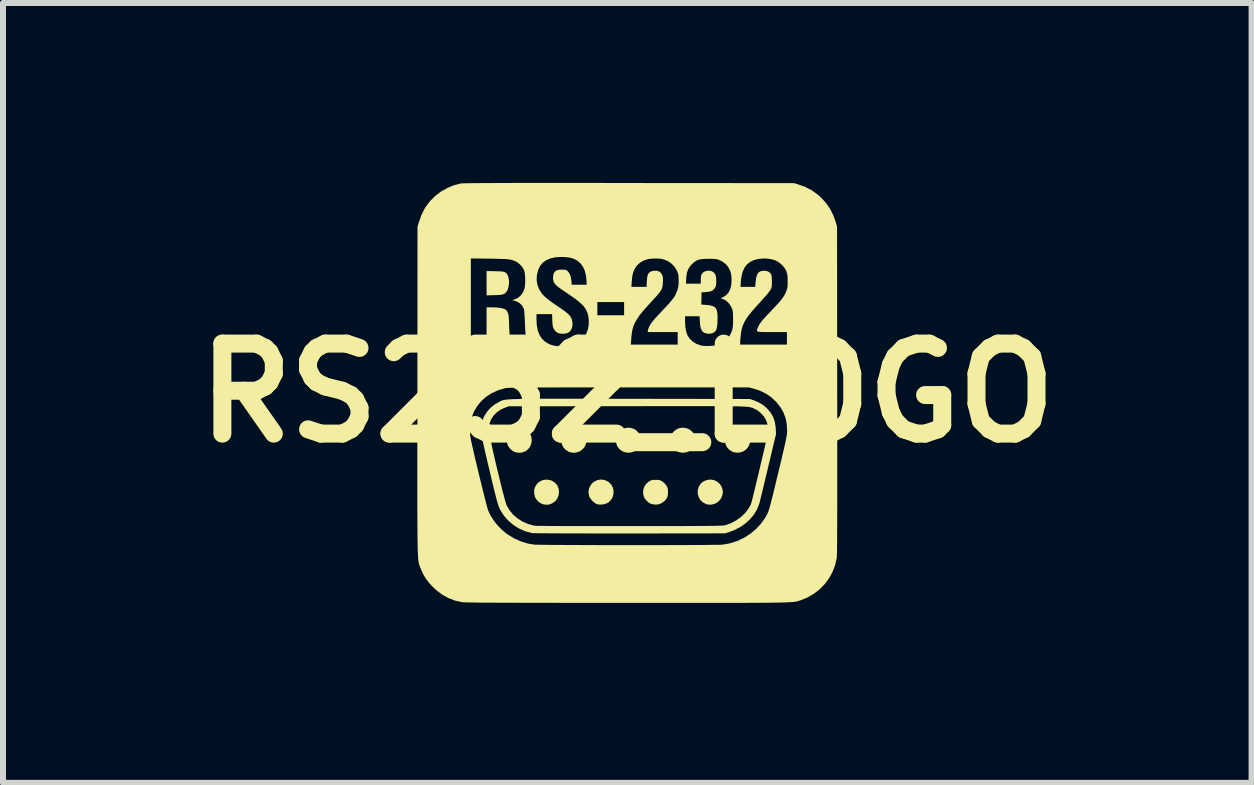
<source format=kicad_pcb>
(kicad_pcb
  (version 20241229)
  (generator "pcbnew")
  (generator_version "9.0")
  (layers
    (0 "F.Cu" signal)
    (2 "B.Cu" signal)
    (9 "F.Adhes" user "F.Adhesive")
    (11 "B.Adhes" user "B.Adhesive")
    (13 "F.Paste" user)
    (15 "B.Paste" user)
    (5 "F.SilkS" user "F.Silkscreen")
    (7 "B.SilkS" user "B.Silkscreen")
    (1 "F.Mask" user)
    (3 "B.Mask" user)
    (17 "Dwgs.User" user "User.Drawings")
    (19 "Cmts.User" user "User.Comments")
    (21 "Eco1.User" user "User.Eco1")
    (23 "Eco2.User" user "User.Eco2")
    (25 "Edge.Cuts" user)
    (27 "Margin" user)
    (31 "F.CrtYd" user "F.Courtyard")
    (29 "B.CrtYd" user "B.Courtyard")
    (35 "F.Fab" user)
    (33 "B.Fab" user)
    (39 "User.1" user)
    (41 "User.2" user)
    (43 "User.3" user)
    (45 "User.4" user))
  (footprint "RS232_LOGO"
    (layer "F.Cu")
    (at 7.407 3.5)
    (property "Reference" "RS232_LOGO" (at 0 0 0) (layer "F.SilkS") (effects (font (size 1.5 1.5) (thickness 0.3))))
    (attr board_only exclude_from_pos_files exclude_from_bom)
    (fp_poly (pts (xy -2.202 -2.029) (xy -2.141 -2.027) (xy -2.096 -2.025) (xy -2.062 -2.02) (xy -2.038 -2.011) (xy -2.02 -1.999) (xy -2.006 -1.982) (xy -1.993 -1.959) (xy -1.992 -1.957) (xy -1.977 -1.912) (xy -1.971 -1.859) (xy -1.974 -1.803) (xy -1.984 -1.749) (xy -2.002 -1.704) (xy -2.014 -1.686) (xy -2.031 -1.667) (xy -2.049 -1.653) (xy -2.073 -1.643) (xy -2.105 -1.637) (xy -2.147 -1.632) (xy -2.203 -1.63) (xy -2.217 -1.63) (xy -2.346 -1.626) (xy -2.346 -1.829) (xy -2.346 -2.032)) (stroke (width 0) (type solid)) (fill yes) (layer "F.SilkS"))
    (fp_poly (pts (xy -1.277 1.456) (xy -1.256 1.465) (xy -1.205 1.497) (xy -1.168 1.54) (xy -1.145 1.592) (xy -1.138 1.652) (xy -1.146 1.71) (xy -1.168 1.762) (xy -1.201 1.805) (xy -1.244 1.837) (xy -1.294 1.858) (xy -1.348 1.865) (xy -1.405 1.856) (xy -1.417 1.852) (xy -1.468 1.825) (xy -1.508 1.786) (xy -1.537 1.738) (xy -1.552 1.683) (xy -1.553 1.625) (xy -1.546 1.591) (xy -1.522 1.539) (xy -1.487 1.497) (xy -1.441 1.466) (xy -1.39 1.449) (xy -1.334 1.445)) (stroke (width 0) (type solid)) (fill yes) (layer "F.SilkS"))
    (fp_poly (pts (xy -1.744 0.586) (xy -1.7 0.603) (xy -1.653 0.636) (xy -1.619 0.68) (xy -1.599 0.734) (xy -1.593 0.789) (xy -1.601 0.848) (xy -1.623 0.9) (xy -1.657 0.942) (xy -1.7 0.974) (xy -1.751 0.993) (xy -1.807 0.998) (xy -1.866 0.988) (xy -1.876 0.985) (xy -1.916 0.963) (xy -1.954 0.929) (xy -1.985 0.887) (xy -1.989 0.88) (xy -2.004 0.837) (xy -2.009 0.787) (xy -2.004 0.737) (xy -1.989 0.695) (xy -1.955 0.647) (xy -1.91 0.611) (xy -1.858 0.588) (xy -1.801 0.579)) (stroke (width 0) (type solid)) (fill yes) (layer "F.SilkS"))
    (fp_poly (pts (xy -0.831 0.588) (xy -0.785 0.608) (xy -0.745 0.639) (xy -0.713 0.678) (xy -0.692 0.726) (xy -0.682 0.779) (xy -0.687 0.837) (xy -0.691 0.853) (xy -0.713 0.901) (xy -0.748 0.942) (xy -0.793 0.973) (xy -0.844 0.992) (xy -0.898 0.998) (xy -0.952 0.99) (xy -0.976 0.981) (xy -1.028 0.949) (xy -1.067 0.905) (xy -1.092 0.852) (xy -1.1 0.81) (xy -1.099 0.75) (xy -1.081 0.697) (xy -1.046 0.649) (xy -1.033 0.636) (xy -0.984 0.602) (xy -0.932 0.584) (xy -0.881 0.579)) (stroke (width 0) (type solid)) (fill yes) (layer "F.SilkS"))
    (fp_poly (pts (xy 0.042 0.58) (xy 0.097 0.594) (xy 0.144 0.619) (xy 0.18 0.655) (xy 0.207 0.698) (xy 0.222 0.746) (xy 0.227 0.796) (xy 0.22 0.846) (xy 0.202 0.893) (xy 0.17 0.935) (xy 0.126 0.968) (xy 0.11 0.977) (xy 0.051 0.995) (xy -0.008 0.996) (xy -0.067 0.98) (xy -0.078 0.975) (xy -0.127 0.941) (xy -0.163 0.897) (xy -0.184 0.844) (xy -0.191 0.784) (xy -0.19 0.765) (xy -0.176 0.707) (xy -0.148 0.659) (xy -0.108 0.62) (xy -0.059 0.593) (xy -0.003 0.58)) (stroke (width 0) (type solid)) (fill yes) (layer "F.SilkS"))
    (fp_poly (pts (xy -0.391 1.449) (xy -0.352 1.462) (xy -0.303 1.491) (xy -0.266 1.531) (xy -0.241 1.578) (xy -0.229 1.629) (xy -0.23 1.682) (xy -0.243 1.733) (xy -0.269 1.78) (xy -0.308 1.82) (xy -0.326 1.832) (xy -0.37 1.851) (xy -0.422 1.861) (xy -0.474 1.861) (xy -0.508 1.853) (xy -0.54 1.836) (xy -0.575 1.807) (xy -0.606 1.772) (xy -0.63 1.735) (xy -0.638 1.713) (xy -0.647 1.655) (xy -0.64 1.6) (xy -0.619 1.551) (xy -0.588 1.508) (xy -0.547 1.476) (xy -0.499 1.453) (xy -0.447 1.444)) (stroke (width 0) (type solid)) (fill yes) (layer "F.SilkS"))
    (fp_poly (pts (xy 1.455 1.457) (xy 1.503 1.482) (xy 1.543 1.518) (xy 1.572 1.563) (xy 1.589 1.616) (xy 1.593 1.65) (xy 1.585 1.707) (xy 1.563 1.758) (xy 1.53 1.801) (xy 1.487 1.834) (xy 1.437 1.855) (xy 1.382 1.864) (xy 1.326 1.857) (xy 1.311 1.852) (xy 1.26 1.825) (xy 1.219 1.786) (xy 1.191 1.739) (xy 1.175 1.686) (xy 1.174 1.629) (xy 1.188 1.574) (xy 1.191 1.567) (xy 1.215 1.524) (xy 1.244 1.493) (xy 1.284 1.468) (xy 1.291 1.465) (xy 1.347 1.447) (xy 1.402 1.445)) (stroke (width 0) (type solid)) (fill yes) (layer "F.SilkS"))
    (fp_poly (pts (xy 1.917 0.595) (xy 1.964 0.625) (xy 1.983 0.643) (xy 2.02 0.688) (xy 2.041 0.734) (xy 2.048 0.787) (xy 2.048 0.793) (xy 2.039 0.85) (xy 2.016 0.9) (xy 1.982 0.941) (xy 1.939 0.972) (xy 1.889 0.991) (xy 1.834 0.997) (xy 1.778 0.989) (xy 1.746 0.977) (xy 1.698 0.946) (xy 1.663 0.907) (xy 1.64 0.861) (xy 1.63 0.812) (xy 1.631 0.761) (xy 1.643 0.712) (xy 1.666 0.667) (xy 1.699 0.629) (xy 1.743 0.6) (xy 1.796 0.583) (xy 1.81 0.581) (xy 1.867 0.58)) (stroke (width 0) (type solid)) (fill yes) (layer "F.SilkS"))
    (fp_poly (pts (xy 0.968 0.583) (xy 1.022 0.601) (xy 1.068 0.632) (xy 1.071 0.636) (xy 1.102 0.669) (xy 1.121 0.702) (xy 1.13 0.739) (xy 1.133 0.787) (xy 1.133 0.788) (xy 1.133 0.825) (xy 1.129 0.851) (xy 1.121 0.873) (xy 1.107 0.898) (xy 1.069 0.943) (xy 1.023 0.975) (xy 0.969 0.994) (xy 0.913 0.997) (xy 0.857 0.986) (xy 0.833 0.976) (xy 0.785 0.943) (xy 0.75 0.901) (xy 0.728 0.853) (xy 0.718 0.802) (xy 0.721 0.75) (xy 0.736 0.7) (xy 0.764 0.655) (xy 0.803 0.618) (xy 0.854 0.591) (xy 0.857 0.59) (xy 0.912 0.579)) (stroke (width 0) (type solid)) (fill yes) (layer "F.SilkS"))
    (fp_poly (pts (xy 0.509 1.449) (xy 0.536 1.453) (xy 0.558 1.461) (xy 0.582 1.475) (xy 0.583 1.475) (xy 0.624 1.509) (xy 0.652 1.544) (xy 0.666 1.569) (xy 0.674 1.591) (xy 0.677 1.617) (xy 0.678 1.654) (xy 0.675 1.702) (xy 0.666 1.74) (xy 0.647 1.772) (xy 0.617 1.806) (xy 0.616 1.806) (xy 0.57 1.839) (xy 0.517 1.858) (xy 0.459 1.862) (xy 0.401 1.851) (xy 0.397 1.85) (xy 0.357 1.829) (xy 0.32 1.796) (xy 0.289 1.756) (xy 0.275 1.728) (xy 0.263 1.673) (xy 0.266 1.617) (xy 0.284 1.563) (xy 0.316 1.515) (xy 0.359 1.477) (xy 0.363 1.475) (xy 0.388 1.461) (xy 0.41 1.453) (xy 0.436 1.449) (xy 0.472 1.449) (xy 0.473 1.449)) (stroke (width 0) (type solid)) (fill yes) (layer "F.SilkS"))
    (fp_poly (pts (xy -1.036 0.097) (xy -0.885 0.097) (xy -0.721 0.097) (xy -0.541 0.097) (xy -0.346 0.098) (xy -0.134 0.098) (xy 0.044 0.098) (xy 2.044 0.101) (xy 2.114 0.125) (xy 2.195 0.16) (xy 2.265 0.203) (xy 2.327 0.256) (xy 2.328 0.257) (xy 2.387 0.325) (xy 2.429 0.396) (xy 2.457 0.473) (xy 2.472 0.56) (xy 2.475 0.595) (xy 2.478 0.687) (xy 2.347 1.243) (xy 2.324 1.34) (xy 2.301 1.433) (xy 2.28 1.521) (xy 2.261 1.602) (xy 2.243 1.674) (xy 2.228 1.736) (xy 2.216 1.786) (xy 2.207 1.822) (xy 2.201 1.844) (xy 2.2 1.847) (xy 2.163 1.941) (xy 2.111 2.028) (xy 2.044 2.108) (xy 1.964 2.18) (xy 1.873 2.242) (xy 1.771 2.292) (xy 1.707 2.316) (xy 1.632 2.341) (xy 0.039 2.343) (xy -0.129 2.343) (xy -0.293 2.343) (xy -0.451 2.343) (xy -0.603 2.343) (xy -0.747 2.342) (xy -0.883 2.342) (xy -1.009 2.342) (xy -1.126 2.341) (xy -1.232 2.341) (xy -1.325 2.34) (xy -1.407 2.34) (xy -1.474 2.339) (xy -1.528 2.338) (xy -1.566 2.337) (xy -1.588 2.337) (xy -1.592 2.336) (xy -1.7 2.307) (xy -1.802 2.262) (xy -1.895 2.204) (xy -1.979 2.134) (xy -2.051 2.054) (xy -2.11 1.964) (xy -2.123 1.939) (xy -2.131 1.922) (xy -2.139 1.904) (xy -2.146 1.885) (xy -2.154 1.861) (xy -2.163 1.833) (xy -2.173 1.798) (xy -2.184 1.756) (xy -2.197 1.705) (xy -2.213 1.643) (xy -2.231 1.569) (xy -2.252 1.483) (xy -2.276 1.382) (xy -2.298 1.287) (xy -2.322 1.188) (xy -2.344 1.092) (xy -2.365 1.002) (xy -2.384 0.919) (xy -2.4 0.845) (xy -2.415 0.78) (xy -2.426 0.727) (xy -2.434 0.687) (xy -2.439 0.662) (xy -2.439 0.656) (xy -2.439 0.609) (xy -2.311 0.609) (xy -2.309 0.631) (xy -2.303 0.667) (xy -2.293 0.717) (xy -2.28 0.779) (xy -2.265 0.85) (xy -2.248 0.93) (xy -2.228 1.015) (xy -2.208 1.105) (xy -2.186 1.198) (xy -2.164 1.292) (xy -2.141 1.384) (xy -2.119 1.474) (xy -2.098 1.56) (xy -2.078 1.639) (xy -2.059 1.71) (xy -2.043 1.771) (xy -2.029 1.821) (xy -2.018 1.857) (xy -2.01 1.877) (xy -1.962 1.958) (xy -1.901 2.031) (xy -1.827 2.094) (xy -1.743 2.146) (xy -1.651 2.186) (xy -1.554 2.212) (xy -1.536 2.214) (xy -1.523 2.215) (xy -1.493 2.216) (xy -1.447 2.216) (xy -1.387 2.217) (xy -1.313 2.218) (xy -1.226 2.218) (xy -1.127 2.219) (xy -1.017 2.219) (xy -0.896 2.219) (xy -0.767 2.22) (xy -0.629 2.22) (xy -0.483 2.22) (xy -0.332 2.22) (xy -0.174 2.22) (xy -0.012 2.22) (xy 0.048 2.22) (xy 0.241 2.22) (xy 0.418 2.22) (xy 0.579 2.219) (xy 0.724 2.219) (xy 0.855 2.219) (xy 0.973 2.219) (xy 1.077 2.218) (xy 1.17 2.218) (xy 1.252 2.217) (xy 1.323 2.217) (xy 1.384 2.216) (xy 1.436 2.216) (xy 1.481 2.215) (xy 1.518 2.214) (xy 1.548 2.213) (xy 1.573 2.212) (xy 1.593 2.211) (xy 1.609 2.209) (xy 1.621 2.208) (xy 1.631 2.206) (xy 1.639 2.204) (xy 1.641 2.203) (xy 1.732 2.17) (xy 1.817 2.124) (xy 1.894 2.069) (xy 1.961 2.006) (xy 2.016 1.936) (xy 2.057 1.863) (xy 2.064 1.844) (xy 2.069 1.829) (xy 2.077 1.799) (xy 2.088 1.755) (xy 2.102 1.699) (xy 2.118 1.633) (xy 2.136 1.559) (xy 2.155 1.478) (xy 2.176 1.393) (xy 2.197 1.305) (xy 2.218 1.215) (xy 2.239 1.126) (xy 2.259 1.04) (xy 2.279 0.957) (xy 2.296 0.881) (xy 2.312 0.812) (xy 2.326 0.752) (xy 2.337 0.704) (xy 2.344 0.668) (xy 2.348 0.647) (xy 2.349 0.645) (xy 2.35 0.6) (xy 2.342 0.547) (xy 2.328 0.492) (xy 2.311 0.448) (xy 2.275 0.39) (xy 2.226 0.336) (xy 2.17 0.291) (xy 2.133 0.271) (xy 2.121 0.265) (xy 2.11 0.26) (xy 2.1 0.255) (xy 2.09 0.25) (xy 2.079 0.246) (xy 2.066 0.243) (xy 2.051 0.239) (xy 2.033 0.236) (xy 2.011 0.233) (xy 1.985 0.231) (xy 1.955 0.229) (xy 1.918 0.227) (xy 1.875 0.225) (xy 1.825 0.224) (xy 1.767 0.223) (xy 1.7 0.222) (xy 1.624 0.221) (xy 1.539 0.221) (xy 1.443 0.22) (xy 1.335 0.22) (xy 1.216 0.22) (xy 1.084 0.22) (xy 0.938 0.22) (xy 0.779 0.22) (xy 0.605 0.22) (xy 0.415 0.22) (xy 0.21 0.221) (xy -0.011 0.221) (xy -1.974 0.223) (xy -2.032 0.243) (xy -2.109 0.277) (xy -2.176 0.324) (xy -2.231 0.38) (xy -2.272 0.445) (xy -2.299 0.518) (xy -2.31 0.595) (xy -2.311 0.609) (xy -2.439 0.609) (xy -2.438 0.566) (xy -2.421 0.478) (xy -2.389 0.394) (xy -2.342 0.318) (xy -2.283 0.25) (xy -2.212 0.193) (xy -2.156 0.16) (xy -2.142 0.153) (xy -2.13 0.146) (xy -2.119 0.14) (xy -2.109 0.135) (xy -2.098 0.13) (xy -2.085 0.125) (xy -2.071 0.121) (xy -2.055 0.118) (xy -2.035 0.114) (xy -2.011 0.111) (xy -1.983 0.109) (xy -1.949 0.106) (xy -1.91 0.104) (xy -1.864 0.103) (xy -1.81 0.101) (xy -1.749 0.1) (xy -1.678 0.099) (xy -1.599 0.098) (xy -1.509 0.098) (xy -1.409 0.097) (xy -1.297 0.097) (xy -1.173 0.097)) (stroke (width 0) (type solid)) (fill yes) (layer "F.SilkS"))
    (fp_poly (pts (xy -1.08 -3.5) (xy -0.861 -3.5) (xy -0.625 -3.5) (xy -0.373 -3.5) (xy -0.104 -3.499) (xy 0.039 -3.499) (xy 2.779 -3.497) (xy 2.849 -3.476) (xy 2.968 -3.433) (xy 3.076 -3.377) (xy 3.176 -3.305) (xy 3.243 -3.244) (xy 3.321 -3.156) (xy 3.385 -3.061) (xy 3.436 -2.957) (xy 3.477 -2.841) (xy 3.477 -2.837) (xy 3.497 -2.77) (xy 3.499 -0.044) (xy 3.5 0.234) (xy 3.5 0.495) (xy 3.5 0.738) (xy 3.5 0.966) (xy 3.5 1.178) (xy 3.5 1.374) (xy 3.5 1.556) (xy 3.5 1.722) (xy 3.5 1.875) (xy 3.499 2.014) (xy 3.499 2.139) (xy 3.499 2.251) (xy 3.498 2.351) (xy 3.498 2.438) (xy 3.497 2.514) (xy 3.496 2.579) (xy 3.496 2.632) (xy 3.495 2.676) (xy 3.494 2.709) (xy 3.493 2.732) (xy 3.492 2.746) (xy 3.492 2.748) (xy 3.465 2.869) (xy 3.422 2.982) (xy 3.365 3.088) (xy 3.294 3.184) (xy 3.21 3.27) (xy 3.115 3.345) (xy 3.01 3.407) (xy 2.895 3.455) (xy 2.887 3.457) (xy 2.875 3.461) (xy 2.863 3.465) (xy 2.852 3.469) (xy 2.841 3.472) (xy 2.829 3.475) (xy 2.816 3.478) (xy 2.8 3.481) (xy 2.782 3.483) (xy 2.76 3.485) (xy 2.735 3.487) (xy 2.705 3.489) (xy 2.67 3.491) (xy 2.63 3.492) (xy 2.583 3.494) (xy 2.53 3.495) (xy 2.469 3.496) (xy 2.401 3.497) (xy 2.323 3.498) (xy 2.237 3.498) (xy 2.141 3.499) (xy 2.034 3.499) (xy 1.917 3.5) (xy 1.788 3.5) (xy 1.646 3.5) (xy 1.492 3.5) (xy 1.325 3.5) (xy 1.144 3.5) (xy 0.949 3.5) (xy 0.738 3.5) (xy 0.511 3.5) (xy 0.269 3.5) (xy 0.009 3.5) (xy -0.009 3.5) (xy -0.273 3.5) (xy -0.521 3.5) (xy -0.752 3.5) (xy -0.968 3.5) (xy -1.168 3.499) (xy -1.353 3.499) (xy -1.524 3.499) (xy -1.681 3.499) (xy -1.825 3.498) (xy -1.956 3.498) (xy -2.075 3.498) (xy -2.182 3.497) (xy -2.279 3.497) (xy -2.364 3.496) (xy -2.44 3.496) (xy -2.506 3.495) (xy -2.563 3.494) (xy -2.612 3.493) (xy -2.653 3.493) (xy -2.687 3.492) (xy -2.713 3.491) (xy -2.734 3.49) (xy -2.748 3.489) (xy -2.757 3.488) (xy -2.875 3.461) (xy -2.986 3.418) (xy -3.09 3.36) (xy -3.188 3.285) (xy -3.238 3.238) (xy -3.305 3.167) (xy -3.358 3.096) (xy -3.402 3.023) (xy -3.438 2.942) (xy -3.445 2.924) (xy -3.45 2.911) (xy -3.455 2.899) (xy -3.46 2.887) (xy -3.464 2.876) (xy -3.468 2.865) (xy -3.472 2.853) (xy -3.475 2.84) (xy -3.478 2.824) (xy -3.481 2.806) (xy -3.484 2.784) (xy -3.486 2.759) (xy -3.488 2.729) (xy -3.49 2.694) (xy -3.492 2.654) (xy -3.494 2.607) (xy -3.495 2.554) (xy -3.496 2.493) (xy -3.497 2.425) (xy -3.498 2.347) (xy -3.498 2.261) (xy -3.499 2.165) (xy -3.499 2.059) (xy -3.5 1.942) (xy -3.5 1.813) (xy -3.5 1.673) (xy -3.5 1.52) (xy -3.5 1.353) (xy -3.5 1.173) (xy -3.5 0.978) (xy -3.5 0.769) (xy -3.499 0.615) (xy -2.624 0.615) (xy -2.623 0.652) (xy -2.622 0.673) (xy -2.62 0.695) (xy -2.617 0.719) (xy -2.612 0.748) (xy -2.606 0.782) (xy -2.598 0.822) (xy -2.587 0.871) (xy -2.574 0.93) (xy -2.558 0.999) (xy -2.539 1.081) (xy -2.516 1.176) (xy -2.49 1.287) (xy -2.482 1.321) (xy -2.458 1.42) (xy -2.434 1.516) (xy -2.412 1.607) (xy -2.391 1.691) (xy -2.372 1.767) (xy -2.355 1.833) (xy -2.34 1.887) (xy -2.329 1.928) (xy -2.321 1.955) (xy -2.319 1.961) (xy -2.28 2.043) (xy -2.227 2.126) (xy -2.163 2.207) (xy -2.091 2.281) (xy -2.014 2.346) (xy -1.981 2.368) (xy -1.878 2.429) (xy -1.768 2.477) (xy -1.656 2.511) (xy -1.558 2.528) (xy -1.54 2.53) (xy -1.506 2.53) (xy -1.456 2.531) (xy -1.393 2.532) (xy -1.316 2.533) (xy -1.228 2.534) (xy -1.129 2.534) (xy -1.02 2.535) (xy -0.902 2.535) (xy -0.777 2.536) (xy -0.646 2.536) (xy -0.51 2.537) (xy -0.369 2.537) (xy -0.226 2.537) (xy -0.081 2.537) (xy 0.065 2.537) (xy 0.21 2.537) (xy 0.354 2.537) (xy 0.496 2.537) (xy 0.633 2.537) (xy 0.766 2.536) (xy 0.893 2.536) (xy 1.013 2.536) (xy 1.124 2.535) (xy 1.226 2.535) (xy 1.318 2.534) (xy 1.398 2.533) (xy 1.466 2.532) (xy 1.519 2.532) (xy 1.558 2.531) (xy 1.581 2.53) (xy 1.584 2.529) (xy 1.63 2.522) (xy 1.68 2.513) (xy 1.724 2.504) (xy 1.725 2.503) (xy 1.839 2.466) (xy 1.948 2.414) (xy 2.05 2.348) (xy 2.143 2.271) (xy 2.225 2.184) (xy 2.294 2.089) (xy 2.342 2) (xy 2.349 1.983) (xy 2.357 1.959) (xy 2.367 1.928) (xy 2.379 1.887) (xy 2.392 1.837) (xy 2.408 1.775) (xy 2.427 1.701) (xy 2.448 1.615) (xy 2.472 1.514) (xy 2.5 1.397) (xy 2.518 1.324) (xy 2.546 1.208) (xy 2.57 1.106) (xy 2.59 1.02) (xy 2.608 0.946) (xy 2.622 0.883) (xy 2.634 0.831) (xy 2.643 0.788) (xy 2.65 0.753) (xy 2.655 0.724) (xy 2.659 0.7) (xy 2.662 0.679) (xy 2.663 0.66) (xy 2.664 0.642) (xy 2.664 0.624) (xy 2.664 0.617) (xy 2.657 0.512) (xy 2.637 0.415) (xy 2.602 0.324) (xy 2.552 0.237) (xy 2.483 0.15) (xy 2.402 0.074) (xy 2.31 0.011) (xy 2.207 -0.039) (xy 2.103 -0.072) (xy 2.026 -0.092) (xy 0.022 -0.092) (xy -0.2 -0.092) (xy -0.404 -0.092) (xy -0.593 -0.092) (xy -0.766 -0.092) (xy -0.924 -0.092) (xy -1.068 -0.092) (xy -1.199 -0.091) (xy -1.317 -0.091) (xy -1.424 -0.091) (xy -1.518 -0.091) (xy -1.603 -0.09) (xy -1.677 -0.09) (xy -1.742 -0.089) (xy -1.798 -0.089) (xy -1.847 -0.088) (xy -1.888 -0.087) (xy -1.923 -0.086) (xy -1.952 -0.085) (xy -1.976 -0.084) (xy -1.996 -0.083) (xy -2.012 -0.082) (xy -2.024 -0.081) (xy -2.035 -0.079) (xy -2.043 -0.077) (xy -2.048 -0.076) (xy -2.16 -0.042) (xy -2.263 0.006) (xy -2.354 0.065) (xy -2.433 0.135) (xy -2.5 0.216) (xy -2.553 0.305) (xy -2.592 0.401) (xy -2.616 0.505) (xy -2.624 0.615) (xy -3.499 0.615) (xy -3.499 0.544) (xy -3.499 0.302) (xy -3.499 0.044) (xy -3.499 -0.039) (xy -3.498 -1.524) (xy -2.608 -1.524) (xy -2.608 -0.805) (xy -2.477 -0.805) (xy -2.346 -0.805) (xy -2.346 -1.116) (xy -2.346 -1.427) (xy -2.26 -1.427) (xy -2.192 -1.425) (xy -2.131 -1.419) (xy -2.08 -1.409) (xy -2.042 -1.397) (xy -2.037 -1.395) (xy -2.014 -1.375) (xy -1.993 -1.341) (xy -1.993 -1.341) (xy -1.987 -1.325) (xy -1.983 -1.308) (xy -1.979 -1.287) (xy -1.976 -1.258) (xy -1.973 -1.22) (xy -1.971 -1.17) (xy -1.969 -1.105) (xy -1.969 -1.098) (xy -1.966 -1.038) (xy -1.963 -0.98) (xy -1.96 -0.929) (xy -1.957 -0.887) (xy -1.953 -0.859) (xy -1.952 -0.851) (xy -1.942 -0.805) (xy -1.798 -0.805) (xy -1.745 -0.805) (xy -1.706 -0.806) (xy -1.681 -0.807) (xy -1.665 -0.81) (xy -1.657 -0.813) (xy -1.654 -0.818) (xy -1.654 -0.821) (xy -1.659 -0.84) (xy -1.664 -0.846) (xy -1.675 -0.864) (xy -1.684 -0.895) (xy -1.691 -0.94) (xy -1.697 -1.001) (xy -1.703 -1.077) (xy -1.706 -1.164) (xy -1.709 -1.231) (xy -1.713 -1.29) (xy -1.714 -1.313) (xy -1.514 -1.313) (xy -1.514 -1.223) (xy -1.508 -1.123) (xy -1.491 -1.036) (xy -1.461 -0.962) (xy -1.42 -0.901) (xy -1.367 -0.851) (xy -1.301 -0.814) (xy -1.267 -0.8) (xy -1.201 -0.784) (xy -1.125 -0.776) (xy -1.046 -0.776) (xy -0.969 -0.785) (xy -0.93 -0.793) (xy -0.897 -0.805) (xy 0.059 -0.805) (xy 0.45 -0.805) (xy 0.84 -0.805) (xy 0.84 -0.91) (xy 0.84 -1.015) (xy 0.59 -1.015) (xy 0.339 -1.015) (xy 0.345 -1.048) (xy 0.354 -1.079) (xy 0.368 -1.112) (xy 0.389 -1.148) (xy 0.419 -1.188) (xy 0.458 -1.236) (xy 0.496 -1.278) (xy 0.963 -1.278) (xy 0.963 -1.188) (xy 0.968 -1.101) (xy 0.981 -1.024) (xy 1.003 -0.961) (xy 1.007 -0.953) (xy 1.044 -0.9) (xy 1.094 -0.854) (xy 1.154 -0.817) (xy 1.222 -0.793) (xy 1.24 -0.788) (xy 1.283 -0.783) (xy 1.335 -0.782) (xy 1.392 -0.784) (xy 1.448 -0.789) (xy 1.497 -0.797) (xy 1.527 -0.805) (xy 1.529 -0.805) (xy 1.882 -0.805) (xy 2.271 -0.805) (xy 2.661 -0.805) (xy 2.661 -0.91) (xy 2.661 -1.015) (xy 2.411 -1.015) (xy 2.336 -1.015) (xy 2.277 -1.015) (xy 2.232 -1.016) (xy 2.199 -1.018) (xy 2.178 -1.022) (xy 2.166 -1.029) (xy 2.161 -1.038) (xy 2.162 -1.051) (xy 2.168 -1.068) (xy 2.177 -1.089) (xy 2.179 -1.095) (xy 2.189 -1.118) (xy 2.202 -1.142) (xy 2.22 -1.169) (xy 2.243 -1.199) (xy 2.274 -1.235) (xy 2.313 -1.279) (xy 2.363 -1.331) (xy 2.413 -1.384) (xy 2.471 -1.445) (xy 2.518 -1.496) (xy 2.555 -1.539) (xy 2.585 -1.577) (xy 2.608 -1.611) (xy 2.627 -1.644) (xy 2.643 -1.678) (xy 2.65 -1.696) (xy 2.66 -1.723) (xy 2.667 -1.748) (xy 2.671 -1.774) (xy 2.673 -1.808) (xy 2.673 -1.853) (xy 2.673 -1.864) (xy 2.672 -1.931) (xy 2.665 -1.984) (xy 2.652 -2.028) (xy 2.632 -2.068) (xy 2.603 -2.107) (xy 2.589 -2.123) (xy 2.536 -2.171) (xy 2.477 -2.206) (xy 2.409 -2.228) (xy 2.329 -2.239) (xy 2.284 -2.241) (xy 2.194 -2.235) (xy 2.116 -2.216) (xy 2.05 -2.186) (xy 1.995 -2.142) (xy 1.953 -2.086) (xy 1.922 -2.016) (xy 1.902 -1.933) (xy 1.893 -1.859) (xy 1.888 -1.768) (xy 2.01 -1.768) (xy 2.133 -1.768) (xy 2.139 -1.848) (xy 2.147 -1.915) (xy 2.162 -1.967) (xy 2.184 -2.003) (xy 2.2 -2.017) (xy 2.233 -2.031) (xy 2.273 -2.037) (xy 2.314 -2.034) (xy 2.345 -2.025) (xy 2.372 -2.008) (xy 2.39 -1.99) (xy 2.402 -1.966) (xy 2.408 -1.933) (xy 2.411 -1.888) (xy 2.411 -1.861) (xy 2.411 -1.817) (xy 2.409 -1.786) (xy 2.405 -1.762) (xy 2.399 -1.742) (xy 2.389 -1.721) (xy 2.388 -1.719) (xy 2.375 -1.7) (xy 2.351 -1.669) (xy 2.32 -1.631) (xy 2.282 -1.588) (xy 2.239 -1.54) (xy 2.223 -1.522) (xy 2.149 -1.442) (xy 2.088 -1.372) (xy 2.037 -1.31) (xy 1.996 -1.255) (xy 1.964 -1.203) (xy 1.939 -1.155) (xy 1.92 -1.107) (xy 1.906 -1.058) (xy 1.897 -1.006) (xy 1.895 -0.993) (xy 1.89 -0.948) (xy 1.885 -0.905) (xy 1.883 -0.868) (xy 1.882 -0.851) (xy 1.882 -0.805) (xy 1.529 -0.805) (xy 1.597 -0.838) (xy 1.655 -0.884) (xy 1.702 -0.944) (xy 1.737 -1.015) (xy 1.744 -1.036) (xy 1.752 -1.064) (xy 1.758 -1.091) (xy 1.761 -1.121) (xy 1.763 -1.159) (xy 1.763 -1.208) (xy 1.763 -1.23) (xy 1.763 -1.283) (xy 1.762 -1.322) (xy 1.759 -1.351) (xy 1.755 -1.375) (xy 1.749 -1.397) (xy 1.743 -1.414) (xy 1.718 -1.46) (xy 1.685 -1.503) (xy 1.646 -1.538) (xy 1.605 -1.561) (xy 1.594 -1.565) (xy 1.556 -1.577) (xy 1.598 -1.597) (xy 1.648 -1.629) (xy 1.688 -1.674) (xy 1.716 -1.73) (xy 1.729 -1.777) (xy 1.736 -1.833) (xy 1.738 -1.895) (xy 1.734 -1.955) (xy 1.725 -2.007) (xy 1.717 -2.031) (xy 1.683 -2.098) (xy 1.637 -2.152) (xy 1.579 -2.194) (xy 1.52 -2.221) (xy 1.496 -2.227) (xy 1.467 -2.232) (xy 1.431 -2.235) (xy 1.384 -2.236) (xy 1.352 -2.236) (xy 1.284 -2.234) (xy 1.23 -2.229) (xy 1.186 -2.219) (xy 1.148 -2.203) (xy 1.114 -2.179) (xy 1.079 -2.148) (xy 1.076 -2.145) (xy 1.039 -2.102) (xy 1.013 -2.057) (xy 0.995 -2.006) (xy 0.985 -1.944) (xy 0.982 -1.906) (xy 0.978 -1.821) (xy 1.102 -1.821) (xy 1.225 -1.821) (xy 1.225 -1.889) (xy 1.226 -1.927) (xy 1.23 -1.954) (xy 1.237 -1.974) (xy 1.245 -1.988) (xy 1.274 -2.016) (xy 1.313 -2.033) (xy 1.356 -2.039) (xy 1.4 -2.031) (xy 1.418 -2.024) (xy 1.448 -2.003) (xy 1.468 -1.973) (xy 1.48 -1.932) (xy 1.483 -1.878) (xy 1.483 -1.878) (xy 1.482 -1.83) (xy 1.479 -1.795) (xy 1.471 -1.769) (xy 1.458 -1.746) (xy 1.447 -1.733) (xy 1.427 -1.713) (xy 1.405 -1.699) (xy 1.376 -1.69) (xy 1.336 -1.684) (xy 1.309 -1.681) (xy 1.238 -1.676) (xy 1.236 -1.575) (xy 1.234 -1.473) (xy 1.306 -1.468) (xy 1.367 -1.462) (xy 1.414 -1.452) (xy 1.45 -1.436) (xy 1.475 -1.412) (xy 1.492 -1.378) (xy 1.501 -1.333) (xy 1.505 -1.274) (xy 1.504 -1.208) (xy 1.501 -1.145) (xy 1.495 -1.096) (xy 1.486 -1.06) (xy 1.473 -1.034) (xy 1.455 -1.015) (xy 1.447 -1.009) (xy 1.409 -0.992) (xy 1.364 -0.986) (xy 1.32 -0.99) (xy 1.281 -1.004) (xy 1.263 -1.016) (xy 1.242 -1.041) (xy 1.227 -1.072) (xy 1.217 -1.112) (xy 1.211 -1.165) (xy 1.21 -1.188) (xy 1.205 -1.278) (xy 1.084 -1.278) (xy 0.963 -1.278) (xy 0.496 -1.278) (xy 0.508 -1.291) (xy 0.547 -1.332) (xy 0.607 -1.396) (xy 0.657 -1.449) (xy 0.697 -1.493) (xy 0.728 -1.529) (xy 0.753 -1.56) (xy 0.773 -1.587) (xy 0.789 -1.611) (xy 0.802 -1.634) (xy 0.809 -1.65) (xy 0.834 -1.709) (xy 0.849 -1.765) (xy 0.856 -1.825) (xy 0.856 -1.896) (xy 0.856 -1.896) (xy 0.854 -1.94) (xy 0.85 -1.973) (xy 0.842 -2.001) (xy 0.83 -2.03) (xy 0.825 -2.041) (xy 0.786 -2.105) (xy 0.733 -2.159) (xy 0.67 -2.201) (xy 0.598 -2.228) (xy 0.585 -2.231) (xy 0.548 -2.237) (xy 0.5 -2.24) (xy 0.447 -2.24) (xy 0.396 -2.237) (xy 0.354 -2.232) (xy 0.348 -2.231) (xy 0.276 -2.208) (xy 0.212 -2.171) (xy 0.16 -2.123) (xy 0.121 -2.064) (xy 0.12 -2.061) (xy 0.103 -2.023) (xy 0.091 -1.983) (xy 0.082 -1.937) (xy 0.076 -1.88) (xy 0.074 -1.853) (xy 0.068 -1.768) (xy 0.195 -1.768) (xy 0.322 -1.768) (xy 0.325 -1.858) (xy 0.33 -1.918) (xy 0.34 -1.964) (xy 0.356 -1.996) (xy 0.38 -2.018) (xy 0.414 -2.031) (xy 0.449 -2.037) (xy 0.498 -2.036) (xy 0.536 -2.022) (xy 0.565 -1.995) (xy 0.578 -1.973) (xy 0.587 -1.952) (xy 0.592 -1.93) (xy 0.595 -1.903) (xy 0.594 -1.866) (xy 0.594 -1.849) (xy 0.591 -1.807) (xy 0.586 -1.771) (xy 0.577 -1.739) (xy 0.561 -1.708) (xy 0.538 -1.674) (xy 0.506 -1.635) (xy 0.464 -1.588) (xy 0.452 -1.576) (xy 0.392 -1.51) (xy 0.343 -1.456) (xy 0.302 -1.411) (xy 0.269 -1.373) (xy 0.242 -1.34) (xy 0.219 -1.312) (xy 0.199 -1.285) (xy 0.181 -1.259) (xy 0.175 -1.25) (xy 0.143 -1.199) (xy 0.118 -1.152) (xy 0.099 -1.104) (xy 0.085 -1.052) (xy 0.075 -0.991) (xy 0.067 -0.919) (xy 0.065 -0.886) (xy 0.059 -0.805) (xy -0.897 -0.805) (xy -0.852 -0.822) (xy -0.785 -0.863) (xy -0.73 -0.917) (xy -0.687 -0.981) (xy -0.658 -1.054) (xy -0.643 -1.136) (xy -0.642 -1.217) (xy -0.648 -1.27) (xy -0.659 -1.318) (xy -0.675 -1.362) (xy -0.698 -1.404) (xy -0.698 -1.405) (xy -0.499 -1.405) (xy -0.499 -1.295) (xy -0.276 -1.295) (xy -0.053 -1.295) (xy -0.053 -1.405) (xy -0.053 -1.514) (xy -0.276 -1.514) (xy -0.499 -1.514) (xy -0.499 -1.405) (xy -0.698 -1.405) (xy -0.729 -1.446) (xy -0.77 -1.488) (xy -0.822 -1.533) (xy -0.886 -1.582) (xy -0.964 -1.636) (xy -1.024 -1.677) (xy -1.087 -1.719) (xy -1.136 -1.754) (xy -1.174 -1.784) (xy -1.201 -1.811) (xy -1.219 -1.836) (xy -1.23 -1.862) (xy -1.236 -1.889) (xy -1.238 -1.921) (xy -1.238 -1.921) (xy -1.233 -1.972) (xy -1.217 -2.011) (xy -1.19 -2.037) (xy -1.15 -2.052) (xy -1.097 -2.056) (xy -1.08 -2.055) (xy -1.044 -2.053) (xy -1.02 -2.048) (xy -1.003 -2.039) (xy -0.993 -2.03) (xy -0.965 -1.994) (xy -0.945 -1.945) (xy -0.933 -1.882) (xy -0.932 -1.871) (xy -0.926 -1.803) (xy -0.801 -1.803) (xy -0.677 -1.803) (xy -0.68 -1.871) (xy -0.69 -1.96) (xy -0.708 -2.035) (xy -0.736 -2.098) (xy -0.773 -2.151) (xy -0.789 -2.168) (xy -0.836 -2.206) (xy -0.887 -2.234) (xy -0.946 -2.253) (xy -1.016 -2.263) (xy -1.1 -2.267) (xy -1.101 -2.267) (xy -1.197 -2.261) (xy -1.28 -2.243) (xy -1.35 -2.213) (xy -1.408 -2.172) (xy -1.453 -2.118) (xy -1.485 -2.052) (xy -1.505 -1.973) (xy -1.507 -1.965) (xy -1.511 -1.88) (xy -1.498 -1.801) (xy -1.469 -1.725) (xy -1.423 -1.655) (xy -1.387 -1.616) (xy -1.36 -1.591) (xy -1.322 -1.56) (xy -1.278 -1.526) (xy -1.231 -1.493) (xy -1.211 -1.479) (xy -1.14 -1.431) (xy -1.083 -1.392) (xy -1.038 -1.359) (xy -1.003 -1.331) (xy -0.976 -1.307) (xy -0.956 -1.285) (xy -0.942 -1.264) (xy -0.931 -1.243) (xy -0.923 -1.22) (xy -0.923 -1.218) (xy -0.913 -1.164) (xy -0.916 -1.112) (xy -0.93 -1.065) (xy -0.955 -1.028) (xy -0.976 -1.01) (xy -1.014 -0.993) (xy -1.061 -0.986) (xy -1.109 -0.988) (xy -1.153 -0.998) (xy -1.18 -1.013) (xy -1.199 -1.031) (xy -1.218 -1.057) (xy -1.225 -1.068) (xy -1.235 -1.088) (xy -1.241 -1.108) (xy -1.245 -1.133) (xy -1.248 -1.168) (xy -1.25 -1.21) (xy -1.254 -1.313) (xy -1.384 -1.313) (xy -1.514 -1.313) (xy -1.714 -1.313) (xy -1.716 -1.339) (xy -1.72 -1.377) (xy -1.724 -1.399) (xy -1.725 -1.402) (xy -1.75 -1.451) (xy -1.79 -1.493) (xy -1.84 -1.523) (xy -1.888 -1.539) (xy -1.921 -1.546) (xy -1.886 -1.556) (xy -1.827 -1.582) (xy -1.779 -1.621) (xy -1.741 -1.674) (xy -1.718 -1.725) (xy -1.709 -1.763) (xy -1.704 -1.812) (xy -1.701 -1.867) (xy -1.702 -1.923) (xy -1.706 -1.976) (xy -1.713 -2.02) (xy -1.722 -2.05) (xy -1.752 -2.1) (xy -1.793 -2.145) (xy -1.839 -2.181) (xy -1.853 -2.188) (xy -1.877 -2.199) (xy -1.9 -2.209) (xy -1.924 -2.216) (xy -1.952 -2.223) (xy -1.984 -2.227) (xy -2.024 -2.231) (xy -2.074 -2.233) (xy -2.134 -2.235) (xy -2.208 -2.237) (xy -2.298 -2.238) (xy -2.3 -2.238) (xy -2.608 -2.242) (xy -2.608 -1.524) (xy -3.498 -1.524) (xy -3.497 -2.77) (xy -3.473 -2.851) (xy -3.434 -2.96) (xy -3.384 -3.062) (xy -3.353 -3.112) (xy -3.283 -3.203) (xy -3.199 -3.286) (xy -3.105 -3.357) (xy -3.003 -3.415) (xy -2.896 -3.46) (xy -2.785 -3.489) (xy -2.766 -3.492) (xy -2.755 -3.493) (xy -2.735 -3.494) (xy -2.705 -3.495) (xy -2.666 -3.495) (xy -2.617 -3.496) (xy -2.557 -3.497) (xy -2.486 -3.497) (xy -2.404 -3.498) (xy -2.31 -3.498) (xy -2.203 -3.499) (xy -2.084 -3.499) (xy -1.952 -3.5) (xy -1.806 -3.5) (xy -1.647 -3.5) (xy -1.473 -3.5) (xy -1.284 -3.5)) (stroke (width 0) (type solid)) (fill yes) (layer "F.SilkS")))
  (gr_rect
    (start -3 -3)
    (end 17.814 10)
    (stroke (width 0.1) (type default))
    (fill no)
    (layer "Edge.Cuts")))
</source>
